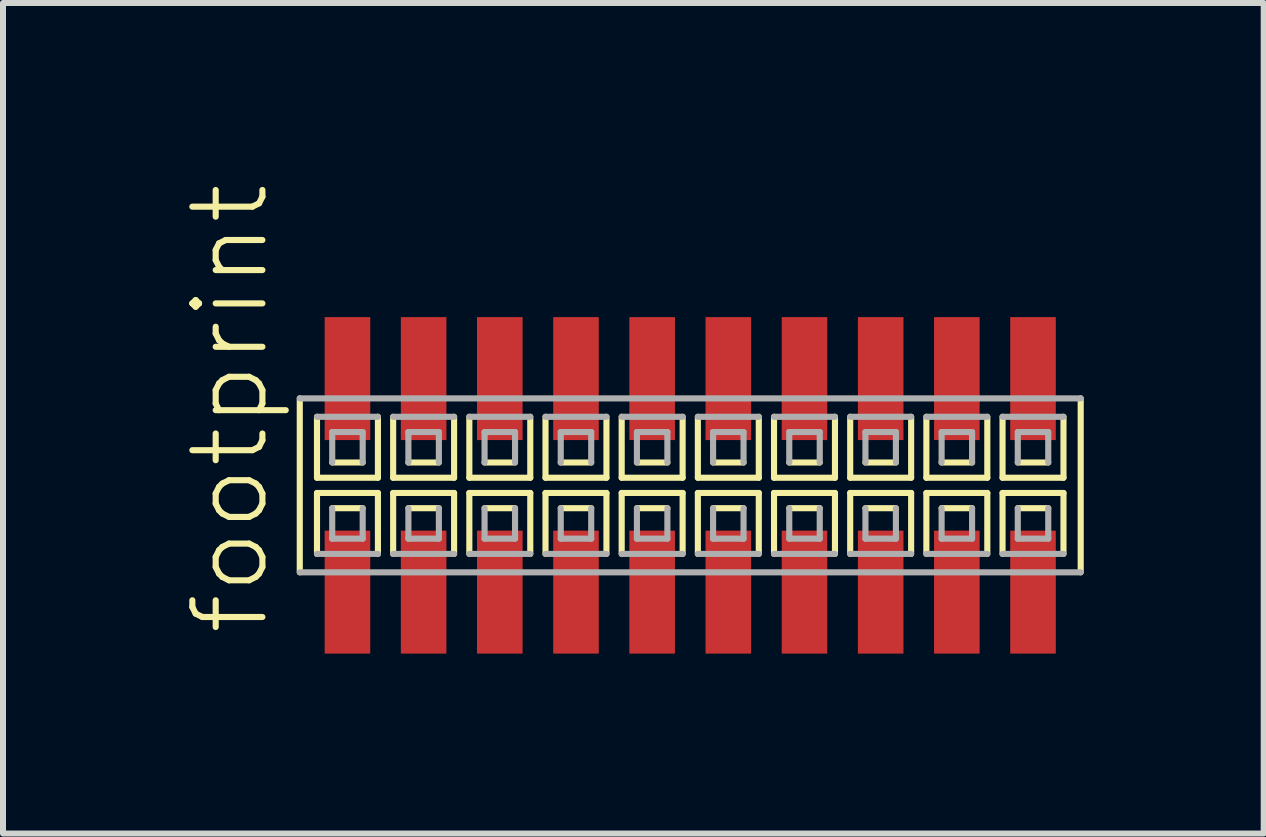
<source format=kicad_pcb>
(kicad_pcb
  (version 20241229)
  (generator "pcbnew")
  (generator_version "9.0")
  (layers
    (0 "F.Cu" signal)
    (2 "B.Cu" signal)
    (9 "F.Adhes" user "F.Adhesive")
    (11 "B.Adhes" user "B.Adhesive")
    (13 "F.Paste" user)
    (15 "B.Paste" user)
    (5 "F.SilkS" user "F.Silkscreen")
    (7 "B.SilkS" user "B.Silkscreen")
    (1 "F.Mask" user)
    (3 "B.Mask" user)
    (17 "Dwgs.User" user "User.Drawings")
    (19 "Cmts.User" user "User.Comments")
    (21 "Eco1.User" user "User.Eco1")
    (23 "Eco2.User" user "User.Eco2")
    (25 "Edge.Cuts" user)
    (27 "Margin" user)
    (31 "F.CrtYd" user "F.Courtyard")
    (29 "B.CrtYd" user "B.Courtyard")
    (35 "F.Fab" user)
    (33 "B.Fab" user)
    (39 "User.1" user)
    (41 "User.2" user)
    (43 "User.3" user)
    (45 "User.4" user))
  (footprint "footprint"
    (layer "F.Cu")
    (at 8.458 5.042)
    (property "Reference" "footprint" (at -6.985 2.54 90) (layer "F.SilkS") (effects (font (size 1.168 1.168) (thickness 0.102)) (justify left bottom)))
    (fp_line (start -6.51 -1.45) (end -6.51 1.45) (stroke (width 0.102) (type solid)) (layer "F.SilkS"))
    (fp_line (start -6.223 -1.143) (end -6.223 -0.127) (stroke (width 0.102) (type solid)) (layer "F.SilkS"))
    (fp_line (start -6.223 -0.127) (end -5.207 -0.127) (stroke (width 0.102) (type solid)) (layer "F.SilkS"))
    (fp_line (start -6.223 0.127) (end -6.223 1.143) (stroke (width 0.102) (type solid)) (layer "F.SilkS"))
    (fp_line (start -5.969 -0.381) (end -5.461 -0.381) (stroke (width 0.102) (type solid)) (layer "F.SilkS"))
    (fp_line (start -5.461 0.381) (end -5.969 0.381) (stroke (width 0.102) (type solid)) (layer "F.SilkS"))
    (fp_line (start -5.207 -0.127) (end -5.207 -1.143) (stroke (width 0.102) (type solid)) (layer "F.SilkS"))
    (fp_line (start -5.207 0.127) (end -6.223 0.127) (stroke (width 0.102) (type solid)) (layer "F.SilkS"))
    (fp_line (start -5.207 1.143) (end -5.207 0.127) (stroke (width 0.102) (type solid)) (layer "F.SilkS"))
    (fp_line (start -4.953 -1.143) (end -4.953 -0.127) (stroke (width 0.102) (type solid)) (layer "F.SilkS"))
    (fp_line (start -4.953 -0.127) (end -3.937 -0.127) (stroke (width 0.102) (type solid)) (layer "F.SilkS"))
    (fp_line (start -4.953 0.127) (end -4.953 1.143) (stroke (width 0.102) (type solid)) (layer "F.SilkS"))
    (fp_line (start -4.699 -0.381) (end -4.191 -0.381) (stroke (width 0.102) (type solid)) (layer "F.SilkS"))
    (fp_line (start -4.191 0.381) (end -4.699 0.381) (stroke (width 0.102) (type solid)) (layer "F.SilkS"))
    (fp_line (start -3.937 -0.127) (end -3.937 -1.143) (stroke (width 0.102) (type solid)) (layer "F.SilkS"))
    (fp_line (start -3.937 0.127) (end -4.953 0.127) (stroke (width 0.102) (type solid)) (layer "F.SilkS"))
    (fp_line (start -3.937 1.143) (end -3.937 0.127) (stroke (width 0.102) (type solid)) (layer "F.SilkS"))
    (fp_line (start -3.683 -1.143) (end -3.683 -0.127) (stroke (width 0.102) (type solid)) (layer "F.SilkS"))
    (fp_line (start -3.683 -0.127) (end -2.667 -0.127) (stroke (width 0.102) (type solid)) (layer "F.SilkS"))
    (fp_line (start -3.683 0.127) (end -3.683 1.143) (stroke (width 0.102) (type solid)) (layer "F.SilkS"))
    (fp_line (start -3.429 -0.381) (end -2.921 -0.381) (stroke (width 0.102) (type solid)) (layer "F.SilkS"))
    (fp_line (start -2.921 0.381) (end -3.429 0.381) (stroke (width 0.102) (type solid)) (layer "F.SilkS"))
    (fp_line (start -2.667 -0.127) (end -2.667 -1.143) (stroke (width 0.102) (type solid)) (layer "F.SilkS"))
    (fp_line (start -2.667 0.127) (end -3.683 0.127) (stroke (width 0.102) (type solid)) (layer "F.SilkS"))
    (fp_line (start -2.667 1.143) (end -2.667 0.127) (stroke (width 0.102) (type solid)) (layer "F.SilkS"))
    (fp_line (start -2.413 -1.143) (end -2.413 -0.127) (stroke (width 0.102) (type solid)) (layer "F.SilkS"))
    (fp_line (start -2.413 -0.127) (end -1.397 -0.127) (stroke (width 0.102) (type solid)) (layer "F.SilkS"))
    (fp_line (start -2.413 0.127) (end -2.413 1.143) (stroke (width 0.102) (type solid)) (layer "F.SilkS"))
    (fp_line (start -2.159 -0.381) (end -1.651 -0.381) (stroke (width 0.102) (type solid)) (layer "F.SilkS"))
    (fp_line (start -1.651 0.381) (end -2.159 0.381) (stroke (width 0.102) (type solid)) (layer "F.SilkS"))
    (fp_line (start -1.397 -0.127) (end -1.397 -1.143) (stroke (width 0.102) (type solid)) (layer "F.SilkS"))
    (fp_line (start -1.397 0.127) (end -2.413 0.127) (stroke (width 0.102) (type solid)) (layer "F.SilkS"))
    (fp_line (start -1.397 1.143) (end -1.397 0.127) (stroke (width 0.102) (type solid)) (layer "F.SilkS"))
    (fp_line (start -1.143 -1.143) (end -1.143 -0.127) (stroke (width 0.102) (type solid)) (layer "F.SilkS"))
    (fp_line (start -1.143 -0.127) (end -0.127 -0.127) (stroke (width 0.102) (type solid)) (layer "F.SilkS"))
    (fp_line (start -1.143 0.127) (end -1.143 1.143) (stroke (width 0.102) (type solid)) (layer "F.SilkS"))
    (fp_line (start -0.889 -0.381) (end -0.381 -0.381) (stroke (width 0.102) (type solid)) (layer "F.SilkS"))
    (fp_line (start -0.381 0.381) (end -0.889 0.381) (stroke (width 0.102) (type solid)) (layer "F.SilkS"))
    (fp_line (start -0.127 -0.127) (end -0.127 -1.143) (stroke (width 0.102) (type solid)) (layer "F.SilkS"))
    (fp_line (start -0.127 0.127) (end -1.143 0.127) (stroke (width 0.102) (type solid)) (layer "F.SilkS"))
    (fp_line (start -0.127 1.143) (end -0.127 0.127) (stroke (width 0.102) (type solid)) (layer "F.SilkS"))
    (fp_line (start 0.127 -1.143) (end 0.127 -0.127) (stroke (width 0.102) (type solid)) (layer "F.SilkS"))
    (fp_line (start 0.127 -0.127) (end 1.143 -0.127) (stroke (width 0.102) (type solid)) (layer "F.SilkS"))
    (fp_line (start 0.127 0.127) (end 0.127 1.143) (stroke (width 0.102) (type solid)) (layer "F.SilkS"))
    (fp_line (start 0.381 -0.381) (end 0.889 -0.381) (stroke (width 0.102) (type solid)) (layer "F.SilkS"))
    (fp_line (start 0.889 0.381) (end 0.381 0.381) (stroke (width 0.102) (type solid)) (layer "F.SilkS"))
    (fp_line (start 1.143 -0.127) (end 1.143 -1.143) (stroke (width 0.102) (type solid)) (layer "F.SilkS"))
    (fp_line (start 1.143 0.127) (end 0.127 0.127) (stroke (width 0.102) (type solid)) (layer "F.SilkS"))
    (fp_line (start 1.143 1.143) (end 1.143 0.127) (stroke (width 0.102) (type solid)) (layer "F.SilkS"))
    (fp_line (start 1.397 -1.143) (end 1.397 -0.127) (stroke (width 0.102) (type solid)) (layer "F.SilkS"))
    (fp_line (start 1.397 -0.127) (end 2.413 -0.127) (stroke (width 0.102) (type solid)) (layer "F.SilkS"))
    (fp_line (start 1.397 0.127) (end 1.397 1.143) (stroke (width 0.102) (type solid)) (layer "F.SilkS"))
    (fp_line (start 1.651 -0.381) (end 2.159 -0.381) (stroke (width 0.102) (type solid)) (layer "F.SilkS"))
    (fp_line (start 2.159 0.381) (end 1.651 0.381) (stroke (width 0.102) (type solid)) (layer "F.SilkS"))
    (fp_line (start 2.413 -0.127) (end 2.413 -1.143) (stroke (width 0.102) (type solid)) (layer "F.SilkS"))
    (fp_line (start 2.413 0.127) (end 1.397 0.127) (stroke (width 0.102) (type solid)) (layer "F.SilkS"))
    (fp_line (start 2.413 1.143) (end 2.413 0.127) (stroke (width 0.102) (type solid)) (layer "F.SilkS"))
    (fp_line (start 2.667 -1.143) (end 2.667 -0.127) (stroke (width 0.102) (type solid)) (layer "F.SilkS"))
    (fp_line (start 2.667 -0.127) (end 3.683 -0.127) (stroke (width 0.102) (type solid)) (layer "F.SilkS"))
    (fp_line (start 2.667 0.127) (end 2.667 1.143) (stroke (width 0.102) (type solid)) (layer "F.SilkS"))
    (fp_line (start 2.921 -0.381) (end 3.429 -0.381) (stroke (width 0.102) (type solid)) (layer "F.SilkS"))
    (fp_line (start 3.429 0.381) (end 2.921 0.381) (stroke (width 0.102) (type solid)) (layer "F.SilkS"))
    (fp_line (start 3.683 -0.127) (end 3.683 -1.143) (stroke (width 0.102) (type solid)) (layer "F.SilkS"))
    (fp_line (start 3.683 0.127) (end 2.667 0.127) (stroke (width 0.102) (type solid)) (layer "F.SilkS"))
    (fp_line (start 3.683 1.143) (end 3.683 0.127) (stroke (width 0.102) (type solid)) (layer "F.SilkS"))
    (fp_line (start 3.937 -1.143) (end 3.937 -0.127) (stroke (width 0.102) (type solid)) (layer "F.SilkS"))
    (fp_line (start 3.937 -0.127) (end 4.953 -0.127) (stroke (width 0.102) (type solid)) (layer "F.SilkS"))
    (fp_line (start 3.937 0.127) (end 3.937 1.143) (stroke (width 0.102) (type solid)) (layer "F.SilkS"))
    (fp_line (start 4.191 -0.381) (end 4.699 -0.381) (stroke (width 0.102) (type solid)) (layer "F.SilkS"))
    (fp_line (start 4.699 0.381) (end 4.191 0.381) (stroke (width 0.102) (type solid)) (layer "F.SilkS"))
    (fp_line (start 4.953 -0.127) (end 4.953 -1.143) (stroke (width 0.102) (type solid)) (layer "F.SilkS"))
    (fp_line (start 4.953 0.127) (end 3.937 0.127) (stroke (width 0.102) (type solid)) (layer "F.SilkS"))
    (fp_line (start 4.953 1.143) (end 4.953 0.127) (stroke (width 0.102) (type solid)) (layer "F.SilkS"))
    (fp_line (start 5.207 -1.143) (end 5.207 -0.127) (stroke (width 0.102) (type solid)) (layer "F.SilkS"))
    (fp_line (start 5.207 -0.127) (end 6.223 -0.127) (stroke (width 0.102) (type solid)) (layer "F.SilkS"))
    (fp_line (start 5.207 0.127) (end 5.207 1.143) (stroke (width 0.102) (type solid)) (layer "F.SilkS"))
    (fp_line (start 5.461 -0.381) (end 5.969 -0.381) (stroke (width 0.102) (type solid)) (layer "F.SilkS"))
    (fp_line (start 5.969 0.381) (end 5.461 0.381) (stroke (width 0.102) (type solid)) (layer "F.SilkS"))
    (fp_line (start 6.223 -0.127) (end 6.223 -1.143) (stroke (width 0.102) (type solid)) (layer "F.SilkS"))
    (fp_line (start 6.223 0.127) (end 5.207 0.127) (stroke (width 0.102) (type solid)) (layer "F.SilkS"))
    (fp_line (start 6.223 1.143) (end 6.223 0.127) (stroke (width 0.102) (type solid)) (layer "F.SilkS"))
    (fp_line (start 6.51 1.45) (end 6.51 -1.45) (stroke (width 0.102) (type solid)) (layer "F.SilkS"))
    (fp_line (start -6.51 1.45) (end 6.51 1.45) (stroke (width 0.102) (type solid)) (layer "F.Fab"))
    (fp_line (start -6.223 1.143) (end -5.207 1.143) (stroke (width 0.102) (type solid)) (layer "F.Fab"))
    (fp_line (start -5.969 -0.889) (end -5.969 -0.381) (stroke (width 0.102) (type solid)) (layer "F.Fab"))
    (fp_line (start -5.969 0.381) (end -5.969 0.889) (stroke (width 0.102) (type solid)) (layer "F.Fab"))
    (fp_line (start -5.969 0.889) (end -5.461 0.889) (stroke (width 0.102) (type solid)) (layer "F.Fab"))
    (fp_line (start -5.461 -0.889) (end -5.969 -0.889) (stroke (width 0.102) (type solid)) (layer "F.Fab"))
    (fp_line (start -5.461 -0.381) (end -5.461 -0.889) (stroke (width 0.102) (type solid)) (layer "F.Fab"))
    (fp_line (start -5.461 0.889) (end -5.461 0.381) (stroke (width 0.102) (type solid)) (layer "F.Fab"))
    (fp_line (start -5.207 -1.143) (end -6.223 -1.143) (stroke (width 0.102) (type solid)) (layer "F.Fab"))
    (fp_line (start -4.953 1.143) (end -3.937 1.143) (stroke (width 0.102) (type solid)) (layer "F.Fab"))
    (fp_line (start -4.699 -0.889) (end -4.699 -0.381) (stroke (width 0.102) (type solid)) (layer "F.Fab"))
    (fp_line (start -4.699 0.381) (end -4.699 0.889) (stroke (width 0.102) (type solid)) (layer "F.Fab"))
    (fp_line (start -4.699 0.889) (end -4.191 0.889) (stroke (width 0.102) (type solid)) (layer "F.Fab"))
    (fp_line (start -4.191 -0.889) (end -4.699 -0.889) (stroke (width 0.102) (type solid)) (layer "F.Fab"))
    (fp_line (start -4.191 -0.381) (end -4.191 -0.889) (stroke (width 0.102) (type solid)) (layer "F.Fab"))
    (fp_line (start -4.191 0.889) (end -4.191 0.381) (stroke (width 0.102) (type solid)) (layer "F.Fab"))
    (fp_line (start -3.937 -1.143) (end -4.953 -1.143) (stroke (width 0.102) (type solid)) (layer "F.Fab"))
    (fp_line (start -3.683 1.143) (end -2.667 1.143) (stroke (width 0.102) (type solid)) (layer "F.Fab"))
    (fp_line (start -3.429 -0.889) (end -3.429 -0.381) (stroke (width 0.102) (type solid)) (layer "F.Fab"))
    (fp_line (start -3.429 0.381) (end -3.429 0.889) (stroke (width 0.102) (type solid)) (layer "F.Fab"))
    (fp_line (start -3.429 0.889) (end -2.921 0.889) (stroke (width 0.102) (type solid)) (layer "F.Fab"))
    (fp_line (start -2.921 -0.889) (end -3.429 -0.889) (stroke (width 0.102) (type solid)) (layer "F.Fab"))
    (fp_line (start -2.921 -0.381) (end -2.921 -0.889) (stroke (width 0.102) (type solid)) (layer "F.Fab"))
    (fp_line (start -2.921 0.889) (end -2.921 0.381) (stroke (width 0.102) (type solid)) (layer "F.Fab"))
    (fp_line (start -2.667 -1.143) (end -3.683 -1.143) (stroke (width 0.102) (type solid)) (layer "F.Fab"))
    (fp_line (start -2.413 1.143) (end -1.397 1.143) (stroke (width 0.102) (type solid)) (layer "F.Fab"))
    (fp_line (start -2.159 -0.889) (end -2.159 -0.381) (stroke (width 0.102) (type solid)) (layer "F.Fab"))
    (fp_line (start -2.159 0.381) (end -2.159 0.889) (stroke (width 0.102) (type solid)) (layer "F.Fab"))
    (fp_line (start -2.159 0.889) (end -1.651 0.889) (stroke (width 0.102) (type solid)) (layer "F.Fab"))
    (fp_line (start -1.651 -0.889) (end -2.159 -0.889) (stroke (width 0.102) (type solid)) (layer "F.Fab"))
    (fp_line (start -1.651 -0.381) (end -1.651 -0.889) (stroke (width 0.102) (type solid)) (layer "F.Fab"))
    (fp_line (start -1.651 0.889) (end -1.651 0.381) (stroke (width 0.102) (type solid)) (layer "F.Fab"))
    (fp_line (start -1.397 -1.143) (end -2.413 -1.143) (stroke (width 0.102) (type solid)) (layer "F.Fab"))
    (fp_line (start -1.143 1.143) (end -0.127 1.143) (stroke (width 0.102) (type solid)) (layer "F.Fab"))
    (fp_line (start -0.889 -0.889) (end -0.889 -0.381) (stroke (width 0.102) (type solid)) (layer "F.Fab"))
    (fp_line (start -0.889 0.381) (end -0.889 0.889) (stroke (width 0.102) (type solid)) (layer "F.Fab"))
    (fp_line (start -0.889 0.889) (end -0.381 0.889) (stroke (width 0.102) (type solid)) (layer "F.Fab"))
    (fp_line (start -0.381 -0.889) (end -0.889 -0.889) (stroke (width 0.102) (type solid)) (layer "F.Fab"))
    (fp_line (start -0.381 -0.381) (end -0.381 -0.889) (stroke (width 0.102) (type solid)) (layer "F.Fab"))
    (fp_line (start -0.381 0.889) (end -0.381 0.381) (stroke (width 0.102) (type solid)) (layer "F.Fab"))
    (fp_line (start -0.127 -1.143) (end -1.143 -1.143) (stroke (width 0.102) (type solid)) (layer "F.Fab"))
    (fp_line (start 0.127 1.143) (end 1.143 1.143) (stroke (width 0.102) (type solid)) (layer "F.Fab"))
    (fp_line (start 0.381 -0.889) (end 0.381 -0.381) (stroke (width 0.102) (type solid)) (layer "F.Fab"))
    (fp_line (start 0.381 0.381) (end 0.381 0.889) (stroke (width 0.102) (type solid)) (layer "F.Fab"))
    (fp_line (start 0.381 0.889) (end 0.889 0.889) (stroke (width 0.102) (type solid)) (layer "F.Fab"))
    (fp_line (start 0.889 -0.889) (end 0.381 -0.889) (stroke (width 0.102) (type solid)) (layer "F.Fab"))
    (fp_line (start 0.889 -0.381) (end 0.889 -0.889) (stroke (width 0.102) (type solid)) (layer "F.Fab"))
    (fp_line (start 0.889 0.889) (end 0.889 0.381) (stroke (width 0.102) (type solid)) (layer "F.Fab"))
    (fp_line (start 1.143 -1.143) (end 0.127 -1.143) (stroke (width 0.102) (type solid)) (layer "F.Fab"))
    (fp_line (start 1.397 1.143) (end 2.413 1.143) (stroke (width 0.102) (type solid)) (layer "F.Fab"))
    (fp_line (start 1.651 -0.889) (end 1.651 -0.381) (stroke (width 0.102) (type solid)) (layer "F.Fab"))
    (fp_line (start 1.651 0.381) (end 1.651 0.889) (stroke (width 0.102) (type solid)) (layer "F.Fab"))
    (fp_line (start 1.651 0.889) (end 2.159 0.889) (stroke (width 0.102) (type solid)) (layer "F.Fab"))
    (fp_line (start 2.159 -0.889) (end 1.651 -0.889) (stroke (width 0.102) (type solid)) (layer "F.Fab"))
    (fp_line (start 2.159 -0.381) (end 2.159 -0.889) (stroke (width 0.102) (type solid)) (layer "F.Fab"))
    (fp_line (start 2.159 0.889) (end 2.159 0.381) (stroke (width 0.102) (type solid)) (layer "F.Fab"))
    (fp_line (start 2.413 -1.143) (end 1.397 -1.143) (stroke (width 0.102) (type solid)) (layer "F.Fab"))
    (fp_line (start 2.667 1.143) (end 3.683 1.143) (stroke (width 0.102) (type solid)) (layer "F.Fab"))
    (fp_line (start 2.921 -0.889) (end 2.921 -0.381) (stroke (width 0.102) (type solid)) (layer "F.Fab"))
    (fp_line (start 2.921 0.381) (end 2.921 0.889) (stroke (width 0.102) (type solid)) (layer "F.Fab"))
    (fp_line (start 2.921 0.889) (end 3.429 0.889) (stroke (width 0.102) (type solid)) (layer "F.Fab"))
    (fp_line (start 3.429 -0.889) (end 2.921 -0.889) (stroke (width 0.102) (type solid)) (layer "F.Fab"))
    (fp_line (start 3.429 -0.381) (end 3.429 -0.889) (stroke (width 0.102) (type solid)) (layer "F.Fab"))
    (fp_line (start 3.429 0.889) (end 3.429 0.381) (stroke (width 0.102) (type solid)) (layer "F.Fab"))
    (fp_line (start 3.683 -1.143) (end 2.667 -1.143) (stroke (width 0.102) (type solid)) (layer "F.Fab"))
    (fp_line (start 3.937 1.143) (end 4.953 1.143) (stroke (width 0.102) (type solid)) (layer "F.Fab"))
    (fp_line (start 4.191 -0.889) (end 4.191 -0.381) (stroke (width 0.102) (type solid)) (layer "F.Fab"))
    (fp_line (start 4.191 0.381) (end 4.191 0.889) (stroke (width 0.102) (type solid)) (layer "F.Fab"))
    (fp_line (start 4.191 0.889) (end 4.699 0.889) (stroke (width 0.102) (type solid)) (layer "F.Fab"))
    (fp_line (start 4.699 -0.889) (end 4.191 -0.889) (stroke (width 0.102) (type solid)) (layer "F.Fab"))
    (fp_line (start 4.699 -0.381) (end 4.699 -0.889) (stroke (width 0.102) (type solid)) (layer "F.Fab"))
    (fp_line (start 4.699 0.889) (end 4.699 0.381) (stroke (width 0.102) (type solid)) (layer "F.Fab"))
    (fp_line (start 4.953 -1.143) (end 3.937 -1.143) (stroke (width 0.102) (type solid)) (layer "F.Fab"))
    (fp_line (start 5.207 1.143) (end 6.223 1.143) (stroke (width 0.102) (type solid)) (layer "F.Fab"))
    (fp_line (start 5.461 -0.889) (end 5.461 -0.381) (stroke (width 0.102) (type solid)) (layer "F.Fab"))
    (fp_line (start 5.461 0.381) (end 5.461 0.889) (stroke (width 0.102) (type solid)) (layer "F.Fab"))
    (fp_line (start 5.461 0.889) (end 5.969 0.889) (stroke (width 0.102) (type solid)) (layer "F.Fab"))
    (fp_line (start 5.969 -0.889) (end 5.461 -0.889) (stroke (width 0.102) (type solid)) (layer "F.Fab"))
    (fp_line (start 5.969 -0.381) (end 5.969 -0.889) (stroke (width 0.102) (type solid)) (layer "F.Fab"))
    (fp_line (start 5.969 0.889) (end 5.969 0.381) (stroke (width 0.102) (type solid)) (layer "F.Fab"))
    (fp_line (start 6.223 -1.143) (end 5.207 -1.143) (stroke (width 0.102) (type solid)) (layer "F.Fab"))
    (fp_line (start 6.51 -1.45) (end -6.51 -1.45) (stroke (width 0.102) (type solid)) (layer "F.Fab"))
    (pad "1" smd rect (at -5.715 1.78) (size 0.76 2.05) (layers "F.Cu" "F.Mask" "F.Paste"))
    (pad "2" smd rect (at -5.715 -1.78) (size 0.76 2.05) (layers "F.Cu" "F.Mask" "F.Paste"))
    (pad "3" smd rect (at -4.445 1.78) (size 0.76 2.05) (layers "F.Cu" "F.Mask" "F.Paste"))
    (pad "4" smd rect (at -4.445 -1.78) (size 0.76 2.05) (layers "F.Cu" "F.Mask" "F.Paste"))
    (pad "5" smd rect (at -3.175 1.78) (size 0.76 2.05) (layers "F.Cu" "F.Mask" "F.Paste"))
    (pad "6" smd rect (at -3.175 -1.78) (size 0.76 2.05) (layers "F.Cu" "F.Mask" "F.Paste"))
    (pad "7" smd rect (at -1.905 1.78) (size 0.76 2.05) (layers "F.Cu" "F.Mask" "F.Paste"))
    (pad "8" smd rect (at -1.905 -1.78) (size 0.76 2.05) (layers "F.Cu" "F.Mask" "F.Paste"))
    (pad "9" smd rect (at -0.635 1.78) (size 0.76 2.05) (layers "F.Cu" "F.Mask" "F.Paste"))
    (pad "10" smd rect (at -0.635 -1.78) (size 0.76 2.05) (layers "F.Cu" "F.Mask" "F.Paste"))
    (pad "11" smd rect (at 0.635 1.78) (size 0.76 2.05) (layers "F.Cu" "F.Mask" "F.Paste"))
    (pad "12" smd rect (at 0.635 -1.78) (size 0.76 2.05) (layers "F.Cu" "F.Mask" "F.Paste"))
    (pad "13" smd rect (at 1.905 1.78) (size 0.76 2.05) (layers "F.Cu" "F.Mask" "F.Paste"))
    (pad "14" smd rect (at 1.905 -1.78) (size 0.76 2.05) (layers "F.Cu" "F.Mask" "F.Paste"))
    (pad "15" smd rect (at 3.175 1.78) (size 0.76 2.05) (layers "F.Cu" "F.Mask" "F.Paste"))
    (pad "16" smd rect (at 3.175 -1.78) (size 0.76 2.05) (layers "F.Cu" "F.Mask" "F.Paste"))
    (pad "17" smd rect (at 4.445 1.78) (size 0.76 2.05) (layers "F.Cu" "F.Mask" "F.Paste"))
    (pad "18" smd rect (at 4.445 -1.78) (size 0.76 2.05) (layers "F.Cu" "F.Mask" "F.Paste"))
    (pad "19" smd rect (at 5.715 1.78) (size 0.76 2.05) (layers "F.Cu" "F.Mask" "F.Paste"))
    (pad "20" smd rect (at 5.715 -1.78) (size 0.76 2.05) (layers "F.Cu" "F.Mask" "F.Paste")))
  (gr_rect
    (start -3 -3)
    (end 18.019 10.847)
    (stroke (width 0.1) (type default))
    (fill no)
    (layer "Edge.Cuts")))
</source>
